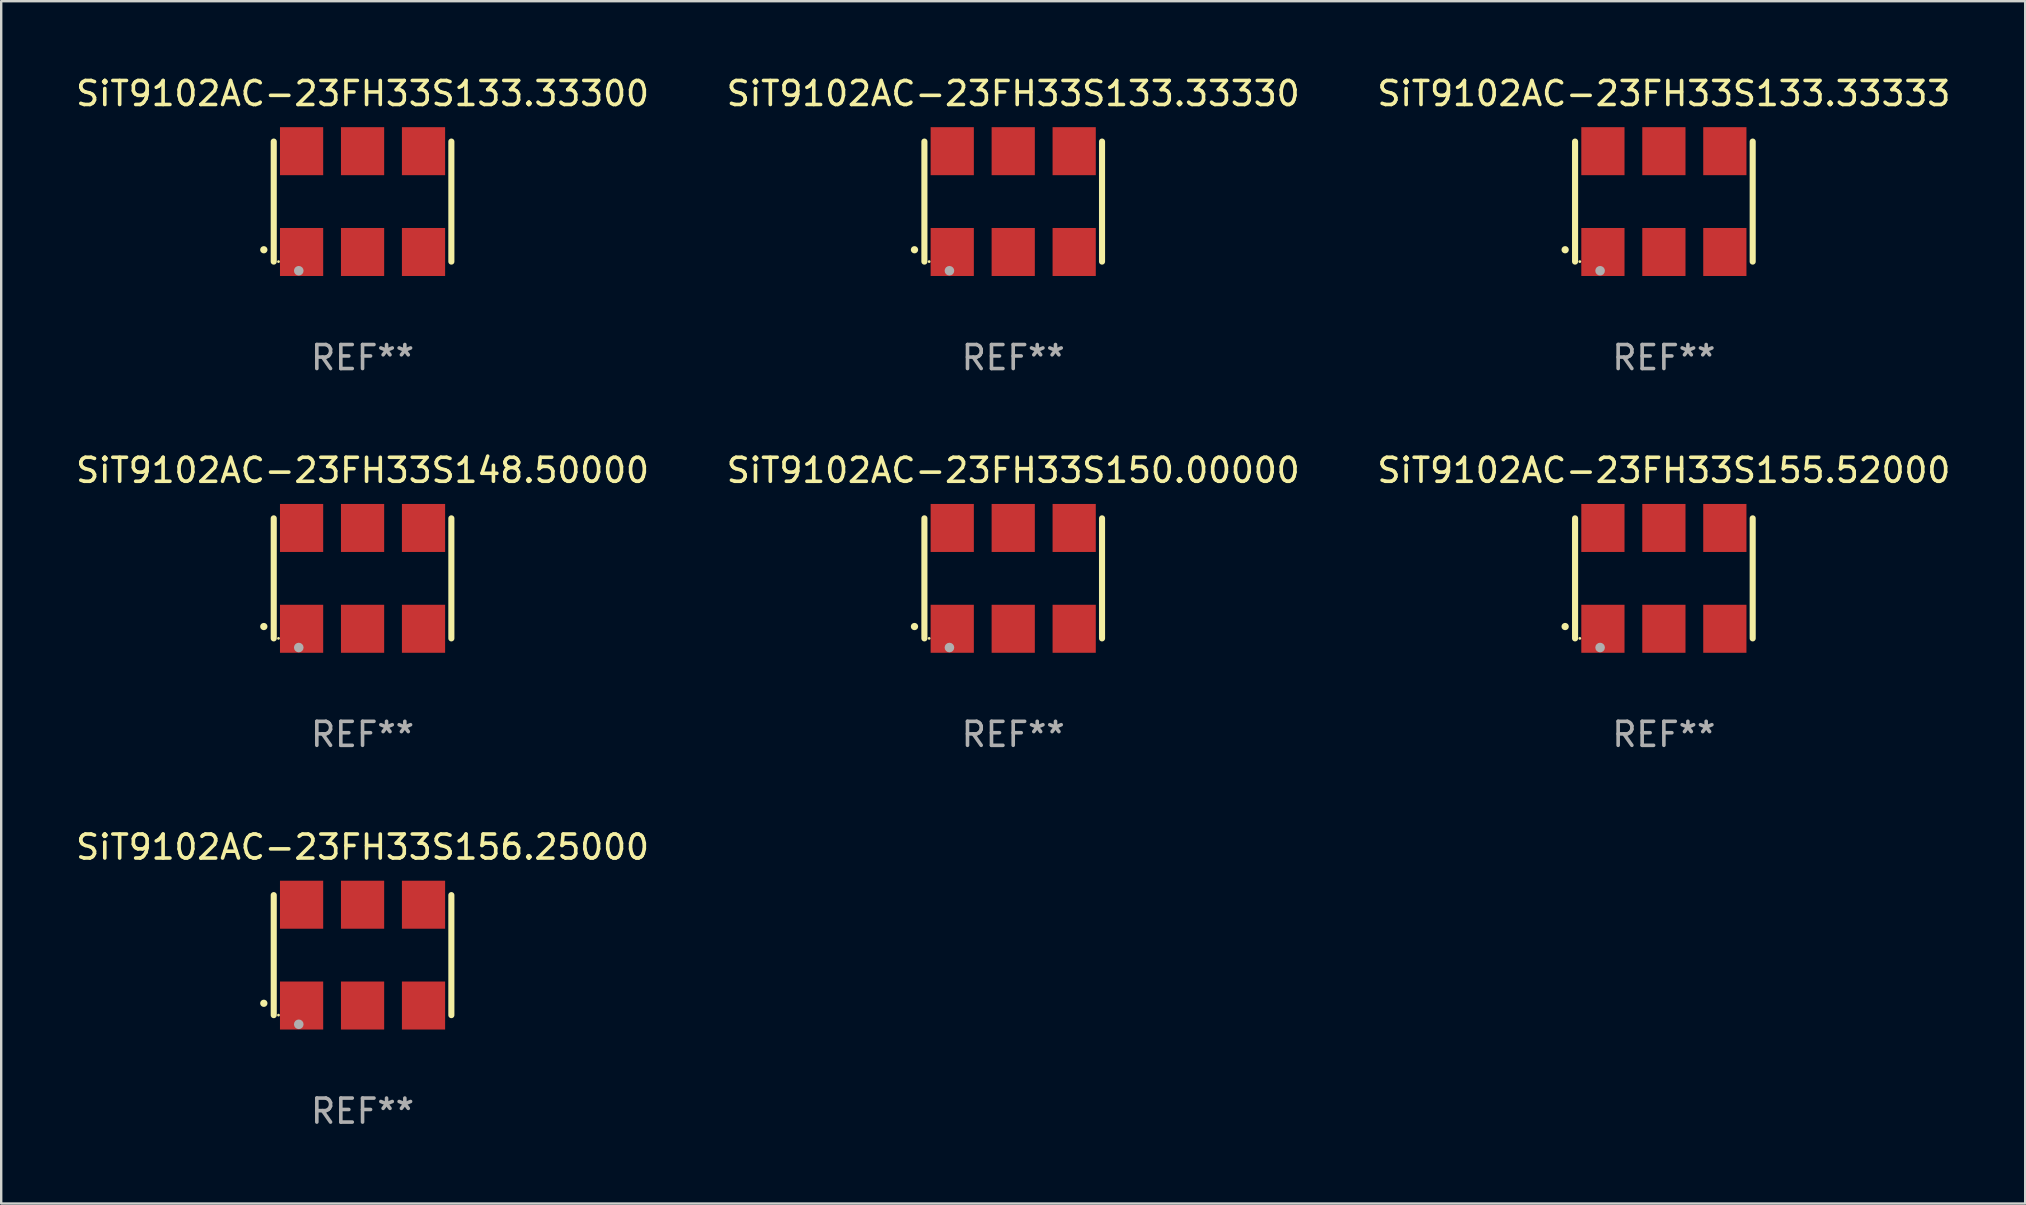
<source format=kicad_pcb>
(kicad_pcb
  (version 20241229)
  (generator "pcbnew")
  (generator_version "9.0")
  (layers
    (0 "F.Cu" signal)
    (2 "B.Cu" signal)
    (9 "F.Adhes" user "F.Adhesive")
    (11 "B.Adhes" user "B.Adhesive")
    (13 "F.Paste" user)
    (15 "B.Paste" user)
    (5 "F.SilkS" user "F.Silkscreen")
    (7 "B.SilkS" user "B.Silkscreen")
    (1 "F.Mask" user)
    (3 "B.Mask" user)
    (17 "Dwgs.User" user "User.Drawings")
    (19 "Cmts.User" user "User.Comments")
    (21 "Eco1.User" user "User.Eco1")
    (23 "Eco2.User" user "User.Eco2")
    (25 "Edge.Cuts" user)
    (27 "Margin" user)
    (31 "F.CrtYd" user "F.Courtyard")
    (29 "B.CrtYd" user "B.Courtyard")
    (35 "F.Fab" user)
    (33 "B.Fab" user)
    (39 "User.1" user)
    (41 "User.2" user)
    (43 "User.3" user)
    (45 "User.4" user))
  (footprint "SiT9102AC-23FH33S133.33330"
    (layer "F.Cu")
    (at 39.161 5.348)
    (property "Reference" "SiT9102AC-23FH33S133.33330" (at 0 -4.5 0) (layer "F.SilkS") (effects (font (size 1 1) (thickness 0.15))))
    (attr through_hole)
    (fp_line (start -3.7 -2.5) (end -3.7 2.5) (stroke (width 0.254) (type solid)) (layer "F.SilkS"))
    (fp_line (start 3.7 -2.5) (end 3.7 2.5) (stroke (width 0.254) (type solid)) (layer "F.SilkS"))
    (fp_arc (start -4.114415 2.006604) (mid -4.113145 2.006599) (end -4.111875 2.006604) (stroke (width 0.3) (type solid)) (layer "F.SilkS"))
    (fp_circle (center -3.502 2.5) (end -3.472 2.5) (stroke (width 0.06) (type solid)) (fill no) (layer "F.SilkS"))
    (fp_circle (center -2.657 2.882) (end -2.557 2.882) (stroke (width 0.2) (type solid)) (fill no) (layer "F.Fab"))
    (fp_text user "REF**" (at 0 6.5 0) (layer "F.Fab") (effects (font (size 1 1) (thickness 0.15))))
    (pad "1" smd rect (at -2.54 2.1) (size 1.8 2) (layers "F.Cu" "F.Mask" "F.Paste"))
    (pad "2" smd rect (at 0.000394 2.1) (size 1.8 2) (layers "F.Cu" "F.Mask" "F.Paste"))
    (pad "3" smd rect (at 2.54 2.1) (size 1.8 2) (layers "F.Cu" "F.Mask" "F.Paste"))
    (pad "4" smd rect (at 2.54 -2.1) (size 1.8 2) (layers "F.Cu" "F.Mask" "F.Paste"))
    (pad "5" smd rect (at 0.000394 -2.1) (size 1.8 2) (layers "F.Cu" "F.Mask" "F.Paste"))
    (pad "6" smd rect (at -2.54 -2.1) (size 1.8 2) (layers "F.Cu" "F.Mask" "F.Paste")))
  (footprint "SiT9102AC-23FH33S155.52000"
    (layer "F.Cu")
    (at 66.268 21.045)
    (property "Reference" "SiT9102AC-23FH33S155.52000" (at 0 -4.5 0) (layer "F.SilkS") (effects (font (size 1 1) (thickness 0.15))))
    (attr through_hole)
    (fp_line (start -3.7 -2.5) (end -3.7 2.5) (stroke (width 0.254) (type solid)) (layer "F.SilkS"))
    (fp_line (start 3.7 -2.5) (end 3.7 2.5) (stroke (width 0.254) (type solid)) (layer "F.SilkS"))
    (fp_arc (start -4.114415 2.006604) (mid -4.113145 2.006599) (end -4.111875 2.006604) (stroke (width 0.3) (type solid)) (layer "F.SilkS"))
    (fp_circle (center -3.502 2.5) (end -3.472 2.5) (stroke (width 0.06) (type solid)) (fill no) (layer "F.SilkS"))
    (fp_circle (center -2.657 2.882) (end -2.557 2.882) (stroke (width 0.2) (type solid)) (fill no) (layer "F.Fab"))
    (fp_text user "REF**" (at 0 6.5 0) (layer "F.Fab") (effects (font (size 1 1) (thickness 0.15))))
    (pad "1" smd rect (at -2.54 2.1) (size 1.8 2) (layers "F.Cu" "F.Mask" "F.Paste"))
    (pad "2" smd rect (at 0.000394 2.1) (size 1.8 2) (layers "F.Cu" "F.Mask" "F.Paste"))
    (pad "3" smd rect (at 2.54 2.1) (size 1.8 2) (layers "F.Cu" "F.Mask" "F.Paste"))
    (pad "4" smd rect (at 2.54 -2.1) (size 1.8 2) (layers "F.Cu" "F.Mask" "F.Paste"))
    (pad "5" smd rect (at 0.000394 -2.1) (size 1.8 2) (layers "F.Cu" "F.Mask" "F.Paste"))
    (pad "6" smd rect (at -2.54 -2.1) (size 1.8 2) (layers "F.Cu" "F.Mask" "F.Paste")))
  (footprint "SiT9102AC-23FH33S150.00000"
    (layer "F.Cu")
    (at 39.161 21.045)
    (property "Reference" "SiT9102AC-23FH33S150.00000" (at 0 -4.5 0) (layer "F.SilkS") (effects (font (size 1 1) (thickness 0.15))))
    (attr through_hole)
    (fp_line (start -3.7 -2.5) (end -3.7 2.5) (stroke (width 0.254) (type solid)) (layer "F.SilkS"))
    (fp_line (start 3.7 -2.5) (end 3.7 2.5) (stroke (width 0.254) (type solid)) (layer "F.SilkS"))
    (fp_arc (start -4.114415 2.006604) (mid -4.113145 2.006599) (end -4.111875 2.006604) (stroke (width 0.3) (type solid)) (layer "F.SilkS"))
    (fp_circle (center -3.502 2.5) (end -3.472 2.5) (stroke (width 0.06) (type solid)) (fill no) (layer "F.SilkS"))
    (fp_circle (center -2.657 2.882) (end -2.557 2.882) (stroke (width 0.2) (type solid)) (fill no) (layer "F.Fab"))
    (fp_text user "REF**" (at 0 6.5 0) (layer "F.Fab") (effects (font (size 1 1) (thickness 0.15))))
    (pad "1" smd rect (at -2.54 2.1) (size 1.8 2) (layers "F.Cu" "F.Mask" "F.Paste"))
    (pad "2" smd rect (at 0.000394 2.1) (size 1.8 2) (layers "F.Cu" "F.Mask" "F.Paste"))
    (pad "3" smd rect (at 2.54 2.1) (size 1.8 2) (layers "F.Cu" "F.Mask" "F.Paste"))
    (pad "4" smd rect (at 2.54 -2.1) (size 1.8 2) (layers "F.Cu" "F.Mask" "F.Paste"))
    (pad "5" smd rect (at 0.000394 -2.1) (size 1.8 2) (layers "F.Cu" "F.Mask" "F.Paste"))
    (pad "6" smd rect (at -2.54 -2.1) (size 1.8 2) (layers "F.Cu" "F.Mask" "F.Paste")))
  (footprint "SiT9102AC-23FH33S133.33300"
    (layer "F.Cu")
    (at 12.054 5.348)
    (property "Reference" "SiT9102AC-23FH33S133.33300" (at 0 -4.5 0) (layer "F.SilkS") (effects (font (size 1 1) (thickness 0.15))))
    (attr through_hole)
    (fp_line (start -3.7 -2.5) (end -3.7 2.5) (stroke (width 0.254) (type solid)) (layer "F.SilkS"))
    (fp_line (start 3.7 -2.5) (end 3.7 2.5) (stroke (width 0.254) (type solid)) (layer "F.SilkS"))
    (fp_arc (start -4.114415 2.006604) (mid -4.113145 2.006599) (end -4.111875 2.006604) (stroke (width 0.3) (type solid)) (layer "F.SilkS"))
    (fp_circle (center -3.502 2.5) (end -3.472 2.5) (stroke (width 0.06) (type solid)) (fill no) (layer "F.SilkS"))
    (fp_circle (center -2.657 2.882) (end -2.557 2.882) (stroke (width 0.2) (type solid)) (fill no) (layer "F.Fab"))
    (fp_text user "REF**" (at 0 6.5 0) (layer "F.Fab") (effects (font (size 1 1) (thickness 0.15))))
    (pad "1" smd rect (at -2.54 2.1) (size 1.8 2) (layers "F.Cu" "F.Mask" "F.Paste"))
    (pad "2" smd rect (at 0.000394 2.1) (size 1.8 2) (layers "F.Cu" "F.Mask" "F.Paste"))
    (pad "3" smd rect (at 2.54 2.1) (size 1.8 2) (layers "F.Cu" "F.Mask" "F.Paste"))
    (pad "4" smd rect (at 2.54 -2.1) (size 1.8 2) (layers "F.Cu" "F.Mask" "F.Paste"))
    (pad "5" smd rect (at 0.000394 -2.1) (size 1.8 2) (layers "F.Cu" "F.Mask" "F.Paste"))
    (pad "6" smd rect (at -2.54 -2.1) (size 1.8 2) (layers "F.Cu" "F.Mask" "F.Paste")))
  (footprint "SiT9102AC-23FH33S148.50000"
    (layer "F.Cu")
    (at 12.054 21.045)
    (property "Reference" "SiT9102AC-23FH33S148.50000" (at 0 -4.5 0) (layer "F.SilkS") (effects (font (size 1 1) (thickness 0.15))))
    (attr through_hole)
    (fp_line (start -3.7 -2.5) (end -3.7 2.5) (stroke (width 0.254) (type solid)) (layer "F.SilkS"))
    (fp_line (start 3.7 -2.5) (end 3.7 2.5) (stroke (width 0.254) (type solid)) (layer "F.SilkS"))
    (fp_arc (start -4.114415 2.006604) (mid -4.113145 2.006599) (end -4.111875 2.006604) (stroke (width 0.3) (type solid)) (layer "F.SilkS"))
    (fp_circle (center -3.502 2.5) (end -3.472 2.5) (stroke (width 0.06) (type solid)) (fill no) (layer "F.SilkS"))
    (fp_circle (center -2.657 2.882) (end -2.557 2.882) (stroke (width 0.2) (type solid)) (fill no) (layer "F.Fab"))
    (fp_text user "REF**" (at 0 6.5 0) (layer "F.Fab") (effects (font (size 1 1) (thickness 0.15))))
    (pad "1" smd rect (at -2.54 2.1) (size 1.8 2) (layers "F.Cu" "F.Mask" "F.Paste"))
    (pad "2" smd rect (at 0.000394 2.1) (size 1.8 2) (layers "F.Cu" "F.Mask" "F.Paste"))
    (pad "3" smd rect (at 2.54 2.1) (size 1.8 2) (layers "F.Cu" "F.Mask" "F.Paste"))
    (pad "4" smd rect (at 2.54 -2.1) (size 1.8 2) (layers "F.Cu" "F.Mask" "F.Paste"))
    (pad "5" smd rect (at 0.000394 -2.1) (size 1.8 2) (layers "F.Cu" "F.Mask" "F.Paste"))
    (pad "6" smd rect (at -2.54 -2.1) (size 1.8 2) (layers "F.Cu" "F.Mask" "F.Paste")))
  (footprint "SiT9102AC-23FH33S133.33333"
    (layer "F.Cu")
    (at 66.268 5.348)
    (property "Reference" "SiT9102AC-23FH33S133.33333" (at 0 -4.5 0) (layer "F.SilkS") (effects (font (size 1 1) (thickness 0.15))))
    (attr through_hole)
    (fp_line (start -3.7 -2.5) (end -3.7 2.5) (stroke (width 0.254) (type solid)) (layer "F.SilkS"))
    (fp_line (start 3.7 -2.5) (end 3.7 2.5) (stroke (width 0.254) (type solid)) (layer "F.SilkS"))
    (fp_arc (start -4.114415 2.006604) (mid -4.113145 2.006599) (end -4.111875 2.006604) (stroke (width 0.3) (type solid)) (layer "F.SilkS"))
    (fp_circle (center -3.502 2.5) (end -3.472 2.5) (stroke (width 0.06) (type solid)) (fill no) (layer "F.SilkS"))
    (fp_circle (center -2.657 2.882) (end -2.557 2.882) (stroke (width 0.2) (type solid)) (fill no) (layer "F.Fab"))
    (fp_text user "REF**" (at 0 6.5 0) (layer "F.Fab") (effects (font (size 1 1) (thickness 0.15))))
    (pad "1" smd rect (at -2.54 2.1) (size 1.8 2) (layers "F.Cu" "F.Mask" "F.Paste"))
    (pad "2" smd rect (at 0.000394 2.1) (size 1.8 2) (layers "F.Cu" "F.Mask" "F.Paste"))
    (pad "3" smd rect (at 2.54 2.1) (size 1.8 2) (layers "F.Cu" "F.Mask" "F.Paste"))
    (pad "4" smd rect (at 2.54 -2.1) (size 1.8 2) (layers "F.Cu" "F.Mask" "F.Paste"))
    (pad "5" smd rect (at 0.000394 -2.1) (size 1.8 2) (layers "F.Cu" "F.Mask" "F.Paste"))
    (pad "6" smd rect (at -2.54 -2.1) (size 1.8 2) (layers "F.Cu" "F.Mask" "F.Paste")))
  (footprint "SiT9102AC-23FH33S156.25000"
    (layer "F.Cu")
    (at 12.054 36.741)
    (property "Reference" "SiT9102AC-23FH33S156.25000" (at 0 -4.5 0) (layer "F.SilkS") (effects (font (size 1 1) (thickness 0.15))))
    (attr through_hole)
    (fp_line (start -3.7 -2.5) (end -3.7 2.5) (stroke (width 0.254) (type solid)) (layer "F.SilkS"))
    (fp_line (start 3.7 -2.5) (end 3.7 2.5) (stroke (width 0.254) (type solid)) (layer "F.SilkS"))
    (fp_arc (start -4.114415 2.006604) (mid -4.113145 2.006599) (end -4.111875 2.006604) (stroke (width 0.3) (type solid)) (layer "F.SilkS"))
    (fp_circle (center -3.502 2.5) (end -3.472 2.5) (stroke (width 0.06) (type solid)) (fill no) (layer "F.SilkS"))
    (fp_circle (center -2.657 2.882) (end -2.557 2.882) (stroke (width 0.2) (type solid)) (fill no) (layer "F.Fab"))
    (fp_text user "REF**" (at 0 6.5 0) (layer "F.Fab") (effects (font (size 1 1) (thickness 0.15))))
    (pad "1" smd rect (at -2.54 2.1) (size 1.8 2) (layers "F.Cu" "F.Mask" "F.Paste"))
    (pad "2" smd rect (at 0.000394 2.1) (size 1.8 2) (layers "F.Cu" "F.Mask" "F.Paste"))
    (pad "3" smd rect (at 2.54 2.1) (size 1.8 2) (layers "F.Cu" "F.Mask" "F.Paste"))
    (pad "4" smd rect (at 2.54 -2.1) (size 1.8 2) (layers "F.Cu" "F.Mask" "F.Paste"))
    (pad "5" smd rect (at 0.000394 -2.1) (size 1.8 2) (layers "F.Cu" "F.Mask" "F.Paste"))
    (pad "6" smd rect (at -2.54 -2.1) (size 1.8 2) (layers "F.Cu" "F.Mask" "F.Paste")))
  (gr_rect
    (start -3 -3)
    (end 81.321 47.09)
    (stroke (width 0.1) (type default))
    (fill no)
    (layer "Edge.Cuts")))
</source>
